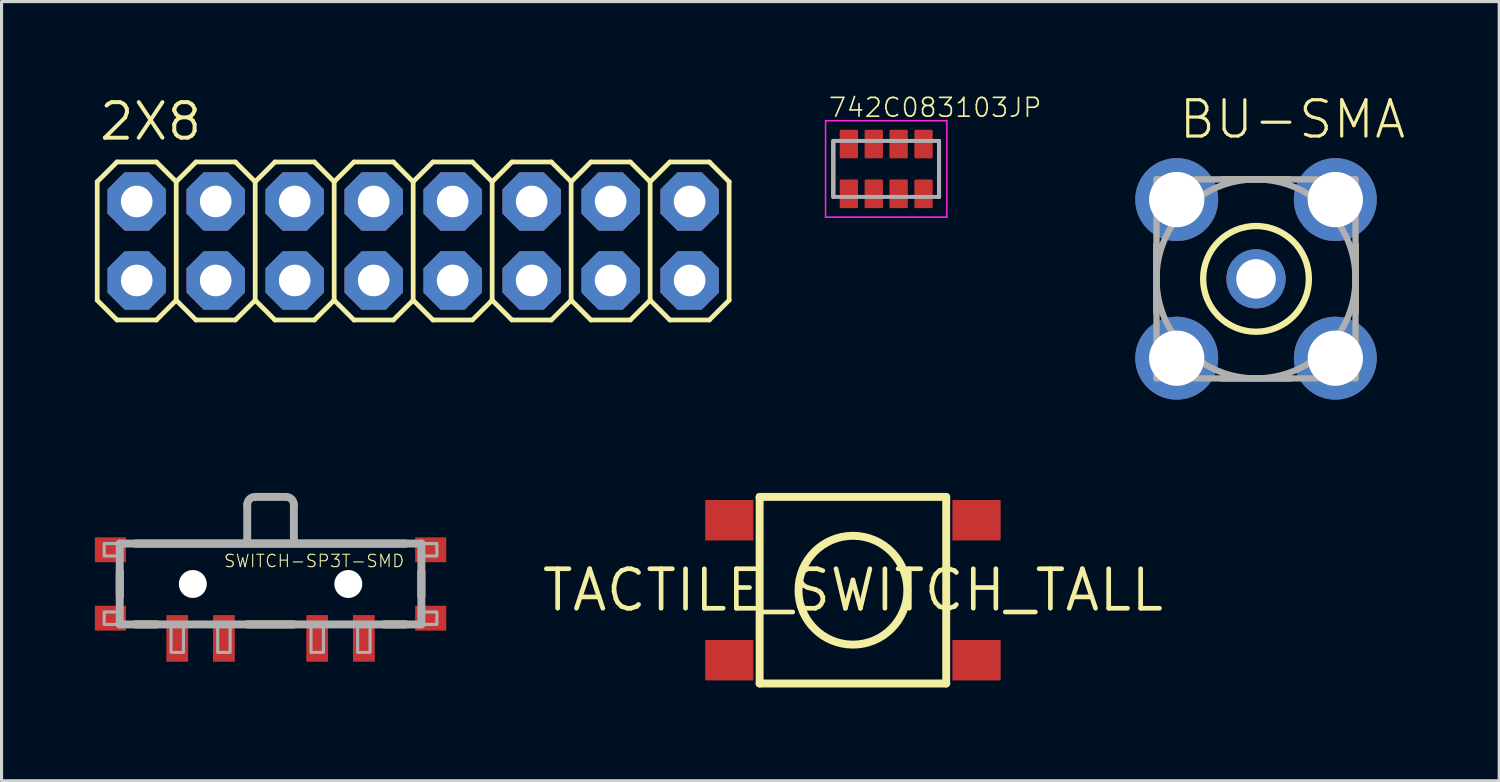
<source format=kicad_pcb>
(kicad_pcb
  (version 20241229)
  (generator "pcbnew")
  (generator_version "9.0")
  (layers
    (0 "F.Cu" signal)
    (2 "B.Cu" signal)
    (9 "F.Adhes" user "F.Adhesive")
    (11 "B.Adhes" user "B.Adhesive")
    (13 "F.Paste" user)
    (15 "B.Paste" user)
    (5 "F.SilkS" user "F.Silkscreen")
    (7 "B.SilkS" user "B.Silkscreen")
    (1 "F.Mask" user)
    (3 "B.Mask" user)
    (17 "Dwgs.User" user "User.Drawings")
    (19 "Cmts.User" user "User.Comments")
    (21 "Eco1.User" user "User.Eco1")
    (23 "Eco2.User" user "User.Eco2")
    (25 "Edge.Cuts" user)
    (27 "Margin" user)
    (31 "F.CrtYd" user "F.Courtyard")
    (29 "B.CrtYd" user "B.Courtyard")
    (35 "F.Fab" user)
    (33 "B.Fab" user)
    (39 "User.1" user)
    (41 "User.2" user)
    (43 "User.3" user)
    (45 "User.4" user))
  (footprint "SWITCH-SP3T-SMD"
    (layer "F.Cu")
    (at 5.65 15.729)
    (property "Reference" "SWITCH-SP3T-SMD" (at -1.524 -0.508 0) (unlocked yes) (layer "F.SilkS") (effects (font (size 0.397 0.397) (thickness 0.035)) (justify left bottom)))
    (fp_line (start -4.85 0.4) (end -4.85 -0.4) (stroke (width 0.254) (type solid)) (layer "F.SilkS"))
    (fp_line (start -4.35 -1.3) (end 4.35 -1.3) (stroke (width 0.254) (type solid)) (layer "F.SilkS"))
    (fp_line (start -3.65 1.3) (end -4.35 1.3) (stroke (width 0.254) (type solid)) (layer "F.SilkS"))
    (fp_line (start 0.75 1.3) (end -0.75 1.3) (stroke (width 0.254) (type solid)) (layer "F.SilkS"))
    (fp_line (start 4.35 1.3) (end 3.65 1.3) (stroke (width 0.254) (type solid)) (layer "F.SilkS"))
    (fp_line (start 4.85 -0.4) (end 4.85 0.4) (stroke (width 0.254) (type solid)) (layer "F.SilkS"))
    (fp_line (start -4.85 -1.3) (end 4.85 -1.3) (stroke (width 0.254) (type solid)) (layer "F.Fab"))
    (fp_line (start -4.85 1.3) (end -4.85 -1.3) (stroke (width 0.254) (type solid)) (layer "F.Fab"))
    (fp_line (start -0.75 -2.55) (end -0.75 -1.3) (stroke (width 0.254) (type solid)) (layer "F.Fab"))
    (fp_line (start 0.5 -2.8) (end -0.5 -2.8) (stroke (width 0.254) (type solid)) (layer "F.Fab"))
    (fp_line (start 0.75 -1.3) (end 0.75 -2.55) (stroke (width 0.254) (type solid)) (layer "F.Fab"))
    (fp_line (start 4.85 -1.3) (end 4.85 1.3) (stroke (width 0.254) (type solid)) (layer "F.Fab"))
    (fp_line (start 4.85 1.3) (end -4.85 1.3) (stroke (width 0.254) (type solid)) (layer "F.Fab"))
    (fp_arc (start -0.75 -2.55) (mid -0.676777 -2.726777) (end -0.5 -2.8) (stroke (width 0.254) (type solid)) (layer "F.Fab"))
    (fp_arc (start 0.5 -2.8) (mid 0.676777 -2.726777) (end 0.75 -2.55) (stroke (width 0.254) (type solid)) (layer "F.Fab"))
    (fp_poly (pts (xy -4.85 -1.3) (xy -5.35 -1.3) (xy -5.35 -0.9) (xy -4.85 -0.9)) (stroke (width 0.1) (type default)) (fill no) (layer "F.Fab"))
    (fp_poly (pts (xy -4.85 0.9) (xy -5.35 0.9) (xy -5.35 1.3) (xy -4.85 1.3)) (stroke (width 0.1) (type default)) (fill no) (layer "F.Fab"))
    (fp_poly (pts (xy -3.2 2.2) (xy -2.8 2.2) (xy -2.8 1.3) (xy -3.2 1.3)) (stroke (width 0.1) (type default)) (fill no) (layer "F.Fab"))
    (fp_poly (pts (xy -1.7 2.2) (xy -1.3 2.2) (xy -1.3 1.3) (xy -1.7 1.3)) (stroke (width 0.1) (type default)) (fill no) (layer "F.Fab"))
    (fp_poly (pts (xy 1.3 2.2) (xy 1.7 2.2) (xy 1.7 1.3) (xy 1.3 1.3)) (stroke (width 0.1) (type default)) (fill no) (layer "F.Fab"))
    (fp_poly (pts (xy 2.8 2.2) (xy 3.2 2.2) (xy 3.2 1.3) (xy 2.8 1.3)) (stroke (width 0.1) (type default)) (fill no) (layer "F.Fab"))
    (fp_poly (pts (xy 4.85 -0.9) (xy 5.35 -0.9) (xy 5.35 -1.3) (xy 4.85 -1.3)) (stroke (width 0.1) (type default)) (fill no) (layer "F.Fab"))
    (fp_poly (pts (xy 4.85 1.3) (xy 5.35 1.3) (xy 5.35 0.9) (xy 4.85 0.9)) (stroke (width 0.1) (type default)) (fill no) (layer "F.Fab"))
    (pad "" np_thru_hole circle (at -2.5 0) (size 0.9 0.9) (drill 0.9) (layers "*.Cu" "*.Mask"))
    (pad "" np_thru_hole circle (at 2.5 0) (size 0.9 0.9) (drill 0.9) (layers "*.Cu" "*.Mask"))
    (pad "1" smd rect (at 3 1.75 180) (size 0.7 1.5) (layers "F.Cu" "F.Mask" "F.Paste"))
    (pad "2" smd rect (at 1.5 1.75 180) (size 0.7 1.5) (layers "F.Cu" "F.Mask" "F.Paste"))
    (pad "3" smd rect (at -1.5 1.75 180) (size 0.7 1.5) (layers "F.Cu" "F.Mask" "F.Paste"))
    (pad "4" smd rect (at -3 1.75 180) (size 0.7 1.5) (layers "F.Cu" "F.Mask" "F.Paste"))
    (pad "P$1" smd rect (at -5.15 1.1 180) (size 1 0.8) (layers "F.Cu" "F.Mask" "F.Paste"))
    (pad "P$2" smd rect (at -5.15 -1.1 180) (size 1 0.8) (layers "F.Cu" "F.Mask" "F.Paste"))
    (pad "P$3" smd rect (at 5.15 -1.1 180) (size 1 0.8) (layers "F.Cu" "F.Mask" "F.Paste"))
    (pad "P$4" smd rect (at 5.15 1.1 180) (size 1 0.8) (layers "F.Cu" "F.Mask" "F.Paste")))
  (footprint "2X8"
    (layer "F.Cu")
    (at 1.346 5.969)
    (property "Reference" "2X8" (at -1.27 -4.445 0) (unlocked yes) (layer "F.SilkS") (effects (font (size 1.143 1.143) (thickness 0.127)) (justify left bottom)))
    (fp_line (start -1.27 -3.175) (end -0.635 -3.81) (stroke (width 0.152) (type solid)) (layer "F.SilkS"))
    (fp_line (start -1.27 0.635) (end -1.27 -3.175) (stroke (width 0.152) (type solid)) (layer "F.SilkS"))
    (fp_line (start -1.27 0.635) (end -0.635 1.27) (stroke (width 0.152) (type solid)) (layer "F.SilkS"))
    (fp_line (start -0.635 -3.81) (end 0.635 -3.81) (stroke (width 0.152) (type solid)) (layer "F.SilkS"))
    (fp_line (start -0.635 1.27) (end 0.635 1.27) (stroke (width 0.152) (type solid)) (layer "F.SilkS"))
    (fp_line (start 0.635 -3.81) (end 1.27 -3.175) (stroke (width 0.152) (type solid)) (layer "F.SilkS"))
    (fp_line (start 0.635 1.27) (end 1.27 0.635) (stroke (width 0.152) (type solid)) (layer "F.SilkS"))
    (fp_line (start 1.27 -3.175) (end 1.27 0.635) (stroke (width 0.152) (type solid)) (layer "F.SilkS"))
    (fp_line (start 1.27 -3.175) (end 1.905 -3.81) (stroke (width 0.152) (type solid)) (layer "F.SilkS"))
    (fp_line (start 1.27 0.635) (end 1.905 1.27) (stroke (width 0.152) (type solid)) (layer "F.SilkS"))
    (fp_line (start 1.905 -3.81) (end 3.175 -3.81) (stroke (width 0.152) (type solid)) (layer "F.SilkS"))
    (fp_line (start 1.905 1.27) (end 3.175 1.27) (stroke (width 0.152) (type solid)) (layer "F.SilkS"))
    (fp_line (start 3.175 -3.81) (end 3.81 -3.175) (stroke (width 0.152) (type solid)) (layer "F.SilkS"))
    (fp_line (start 3.175 1.27) (end 3.81 0.635) (stroke (width 0.152) (type solid)) (layer "F.SilkS"))
    (fp_line (start 3.81 -3.175) (end 3.81 0.635) (stroke (width 0.152) (type solid)) (layer "F.SilkS"))
    (fp_line (start 3.81 -3.175) (end 4.445 -3.81) (stroke (width 0.152) (type solid)) (layer "F.SilkS"))
    (fp_line (start 3.81 0.635) (end 4.445 1.27) (stroke (width 0.152) (type solid)) (layer "F.SilkS"))
    (fp_line (start 4.445 -3.81) (end 5.715 -3.81) (stroke (width 0.152) (type solid)) (layer "F.SilkS"))
    (fp_line (start 4.445 1.27) (end 5.715 1.27) (stroke (width 0.152) (type solid)) (layer "F.SilkS"))
    (fp_line (start 5.715 -3.81) (end 6.35 -3.175) (stroke (width 0.152) (type solid)) (layer "F.SilkS"))
    (fp_line (start 5.715 1.27) (end 6.35 0.635) (stroke (width 0.152) (type solid)) (layer "F.SilkS"))
    (fp_line (start 6.35 -3.175) (end 6.35 0.635) (stroke (width 0.152) (type solid)) (layer "F.SilkS"))
    (fp_line (start 6.35 -3.175) (end 6.985 -3.81) (stroke (width 0.152) (type solid)) (layer "F.SilkS"))
    (fp_line (start 6.35 0.635) (end 6.985 1.27) (stroke (width 0.152) (type solid)) (layer "F.SilkS"))
    (fp_line (start 6.985 -3.81) (end 8.255 -3.81) (stroke (width 0.152) (type solid)) (layer "F.SilkS"))
    (fp_line (start 6.985 1.27) (end 8.255 1.27) (stroke (width 0.152) (type solid)) (layer "F.SilkS"))
    (fp_line (start 8.255 -3.81) (end 8.89 -3.175) (stroke (width 0.152) (type solid)) (layer "F.SilkS"))
    (fp_line (start 8.255 1.27) (end 8.89 0.635) (stroke (width 0.152) (type solid)) (layer "F.SilkS"))
    (fp_line (start 8.89 -3.175) (end 8.89 0.635) (stroke (width 0.152) (type solid)) (layer "F.SilkS"))
    (fp_line (start 8.89 -3.175) (end 9.525 -3.81) (stroke (width 0.152) (type solid)) (layer "F.SilkS"))
    (fp_line (start 8.89 0.635) (end 9.525 1.27) (stroke (width 0.152) (type solid)) (layer "F.SilkS"))
    (fp_line (start 9.525 -3.81) (end 10.795 -3.81) (stroke (width 0.152) (type solid)) (layer "F.SilkS"))
    (fp_line (start 9.525 1.27) (end 10.795 1.27) (stroke (width 0.152) (type solid)) (layer "F.SilkS"))
    (fp_line (start 10.795 -3.81) (end 11.43 -3.175) (stroke (width 0.152) (type solid)) (layer "F.SilkS"))
    (fp_line (start 10.795 1.27) (end 11.43 0.635) (stroke (width 0.152) (type solid)) (layer "F.SilkS"))
    (fp_line (start 11.43 -3.175) (end 11.43 0.635) (stroke (width 0.152) (type solid)) (layer "F.SilkS"))
    (fp_line (start 11.43 -3.175) (end 12.065 -3.81) (stroke (width 0.152) (type solid)) (layer "F.SilkS"))
    (fp_line (start 11.43 0.635) (end 12.065 1.27) (stroke (width 0.152) (type solid)) (layer "F.SilkS"))
    (fp_line (start 12.065 -3.81) (end 13.335 -3.81) (stroke (width 0.152) (type solid)) (layer "F.SilkS"))
    (fp_line (start 12.065 1.27) (end 13.335 1.27) (stroke (width 0.152) (type solid)) (layer "F.SilkS"))
    (fp_line (start 13.335 -3.81) (end 13.97 -3.175) (stroke (width 0.152) (type solid)) (layer "F.SilkS"))
    (fp_line (start 13.335 1.27) (end 13.97 0.635) (stroke (width 0.152) (type solid)) (layer "F.SilkS"))
    (fp_line (start 13.97 -3.175) (end 13.97 0.635) (stroke (width 0.152) (type solid)) (layer "F.SilkS"))
    (fp_line (start 13.97 -3.175) (end 14.605 -3.81) (stroke (width 0.152) (type solid)) (layer "F.SilkS"))
    (fp_line (start 13.97 0.635) (end 14.605 1.27) (stroke (width 0.152) (type solid)) (layer "F.SilkS"))
    (fp_line (start 14.605 -3.81) (end 15.875 -3.81) (stroke (width 0.152) (type solid)) (layer "F.SilkS"))
    (fp_line (start 14.605 1.27) (end 15.875 1.27) (stroke (width 0.152) (type solid)) (layer "F.SilkS"))
    (fp_line (start 15.875 -3.81) (end 16.51 -3.175) (stroke (width 0.152) (type solid)) (layer "F.SilkS"))
    (fp_line (start 16.51 -3.175) (end 16.51 0.635) (stroke (width 0.152) (type solid)) (layer "F.SilkS"))
    (fp_line (start 16.51 -3.175) (end 17.145 -3.81) (stroke (width 0.152) (type solid)) (layer "F.SilkS"))
    (fp_line (start 16.51 0.635) (end 15.875 1.27) (stroke (width 0.152) (type solid)) (layer "F.SilkS"))
    (fp_line (start 16.51 0.635) (end 17.145 1.27) (stroke (width 0.152) (type solid)) (layer "F.SilkS"))
    (fp_line (start 17.145 -3.81) (end 18.415 -3.81) (stroke (width 0.152) (type solid)) (layer "F.SilkS"))
    (fp_line (start 17.145 1.27) (end 18.415 1.27) (stroke (width 0.152) (type solid)) (layer "F.SilkS"))
    (fp_line (start 18.415 -3.81) (end 19.05 -3.175) (stroke (width 0.152) (type solid)) (layer "F.SilkS"))
    (fp_line (start 19.05 -3.175) (end 19.05 0.635) (stroke (width 0.152) (type solid)) (layer "F.SilkS"))
    (fp_line (start 19.05 0.635) (end 18.415 1.27) (stroke (width 0.152) (type solid)) (layer "F.SilkS"))
    (fp_poly (pts (xy -0.254 -2.286) (xy 0.254 -2.286) (xy 0.254 -2.794) (xy -0.254 -2.794)) (stroke (width 0.1) (type default)) (fill no) (layer "F.Fab"))
    (fp_poly (pts (xy -0.254 0.254) (xy 0.254 0.254) (xy 0.254 -0.254) (xy -0.254 -0.254)) (stroke (width 0.1) (type default)) (fill no) (layer "F.Fab"))
    (fp_poly (pts (xy 2.286 -2.286) (xy 2.794 -2.286) (xy 2.794 -2.794) (xy 2.286 -2.794)) (stroke (width 0.1) (type default)) (fill no) (layer "F.Fab"))
    (fp_poly (pts (xy 2.286 0.254) (xy 2.794 0.254) (xy 2.794 -0.254) (xy 2.286 -0.254)) (stroke (width 0.1) (type default)) (fill no) (layer "F.Fab"))
    (fp_poly (pts (xy 4.826 -2.286) (xy 5.334 -2.286) (xy 5.334 -2.794) (xy 4.826 -2.794)) (stroke (width 0.1) (type default)) (fill no) (layer "F.Fab"))
    (fp_poly (pts (xy 4.826 0.254) (xy 5.334 0.254) (xy 5.334 -0.254) (xy 4.826 -0.254)) (stroke (width 0.1) (type default)) (fill no) (layer "F.Fab"))
    (fp_poly (pts (xy 7.366 -2.286) (xy 7.874 -2.286) (xy 7.874 -2.794) (xy 7.366 -2.794)) (stroke (width 0.1) (type default)) (fill no) (layer "F.Fab"))
    (fp_poly (pts (xy 7.366 0.254) (xy 7.874 0.254) (xy 7.874 -0.254) (xy 7.366 -0.254)) (stroke (width 0.1) (type default)) (fill no) (layer "F.Fab"))
    (fp_poly (pts (xy 9.906 -2.286) (xy 10.414 -2.286) (xy 10.414 -2.794) (xy 9.906 -2.794)) (stroke (width 0.1) (type default)) (fill no) (layer "F.Fab"))
    (fp_poly (pts (xy 9.906 0.254) (xy 10.414 0.254) (xy 10.414 -0.254) (xy 9.906 -0.254)) (stroke (width 0.1) (type default)) (fill no) (layer "F.Fab"))
    (fp_poly (pts (xy 12.446 -2.286) (xy 12.954 -2.286) (xy 12.954 -2.794) (xy 12.446 -2.794)) (stroke (width 0.1) (type default)) (fill no) (layer "F.Fab"))
    (fp_poly (pts (xy 12.446 0.254) (xy 12.954 0.254) (xy 12.954 -0.254) (xy 12.446 -0.254)) (stroke (width 0.1) (type default)) (fill no) (layer "F.Fab"))
    (fp_poly (pts (xy 14.986 -2.286) (xy 15.494 -2.286) (xy 15.494 -2.794) (xy 14.986 -2.794)) (stroke (width 0.1) (type default)) (fill no) (layer "F.Fab"))
    (fp_poly (pts (xy 14.986 0.254) (xy 15.494 0.254) (xy 15.494 -0.254) (xy 14.986 -0.254)) (stroke (width 0.1) (type default)) (fill no) (layer "F.Fab"))
    (fp_poly (pts (xy 17.526 -2.286) (xy 18.034 -2.286) (xy 18.034 -2.794) (xy 17.526 -2.794)) (stroke (width 0.1) (type default)) (fill no) (layer "F.Fab"))
    (fp_poly (pts (xy 17.526 0.254) (xy 18.034 0.254) (xy 18.034 -0.254) (xy 17.526 -0.254)) (stroke (width 0.1) (type default)) (fill no) (layer "F.Fab"))
    (pad "1" thru_hole roundrect (at 0 0) (size 1.88 1.88) (drill 1.016) (layers "*.Cu" "*.Mask") (roundrect_rratio 0.25) (chamfer_ratio 0.293) (chamfer top_left top_right bottom_left bottom_right))
    (pad "2" thru_hole roundrect (at 0 -2.54) (size 1.88 1.88) (drill 1.016) (layers "*.Cu" "*.Mask") (roundrect_rratio 0.25) (chamfer_ratio 0.293) (chamfer top_left top_right bottom_left bottom_right))
    (pad "3" thru_hole roundrect (at 2.54 0) (size 1.88 1.88) (drill 1.016) (layers "*.Cu" "*.Mask") (roundrect_rratio 0.25) (chamfer_ratio 0.293) (chamfer top_left top_right bottom_left bottom_right))
    (pad "4" thru_hole roundrect (at 2.54 -2.54) (size 1.88 1.88) (drill 1.016) (layers "*.Cu" "*.Mask") (roundrect_rratio 0.25) (chamfer_ratio 0.293) (chamfer top_left top_right bottom_left bottom_right))
    (pad "5" thru_hole roundrect (at 5.08 0) (size 1.88 1.88) (drill 1.016) (layers "*.Cu" "*.Mask") (roundrect_rratio 0.25) (chamfer_ratio 0.293) (chamfer top_left top_right bottom_left bottom_right))
    (pad "6" thru_hole roundrect (at 5.08 -2.54) (size 1.88 1.88) (drill 1.016) (layers "*.Cu" "*.Mask") (roundrect_rratio 0.25) (chamfer_ratio 0.293) (chamfer top_left top_right bottom_left bottom_right))
    (pad "7" thru_hole roundrect (at 7.62 0) (size 1.88 1.88) (drill 1.016) (layers "*.Cu" "*.Mask") (roundrect_rratio 0.25) (chamfer_ratio 0.293) (chamfer top_left top_right bottom_left bottom_right))
    (pad "8" thru_hole roundrect (at 7.62 -2.54) (size 1.88 1.88) (drill 1.016) (layers "*.Cu" "*.Mask") (roundrect_rratio 0.25) (chamfer_ratio 0.293) (chamfer top_left top_right bottom_left bottom_right))
    (pad "9" thru_hole roundrect (at 10.16 0) (size 1.88 1.88) (drill 1.016) (layers "*.Cu" "*.Mask") (roundrect_rratio 0.25) (chamfer_ratio 0.293) (chamfer top_left top_right bottom_left bottom_right))
    (pad "10" thru_hole roundrect (at 10.16 -2.54) (size 1.88 1.88) (drill 1.016) (layers "*.Cu" "*.Mask") (roundrect_rratio 0.25) (chamfer_ratio 0.293) (chamfer top_left top_right bottom_left bottom_right))
    (pad "11" thru_hole roundrect (at 12.7 0) (size 1.88 1.88) (drill 1.016) (layers "*.Cu" "*.Mask") (roundrect_rratio 0.25) (chamfer_ratio 0.293) (chamfer top_left top_right bottom_left bottom_right))
    (pad "12" thru_hole roundrect (at 12.7 -2.54) (size 1.88 1.88) (drill 1.016) (layers "*.Cu" "*.Mask") (roundrect_rratio 0.25) (chamfer_ratio 0.293) (chamfer top_left top_right bottom_left bottom_right))
    (pad "13" thru_hole roundrect (at 15.24 0) (size 1.88 1.88) (drill 1.016) (layers "*.Cu" "*.Mask") (roundrect_rratio 0.25) (chamfer_ratio 0.293) (chamfer top_left top_right bottom_left bottom_right))
    (pad "14" thru_hole roundrect (at 15.24 -2.54) (size 1.88 1.88) (drill 1.016) (layers "*.Cu" "*.Mask") (roundrect_rratio 0.25) (chamfer_ratio 0.293) (chamfer top_left top_right bottom_left bottom_right))
    (pad "15" thru_hole roundrect (at 17.78 0) (size 1.88 1.88) (drill 1.016) (layers "*.Cu" "*.Mask") (roundrect_rratio 0.25) (chamfer_ratio 0.293) (chamfer top_left top_right bottom_left bottom_right))
    (pad "16" thru_hole roundrect (at 17.78 -2.54) (size 1.88 1.88) (drill 1.016) (layers "*.Cu" "*.Mask") (roundrect_rratio 0.25) (chamfer_ratio 0.293) (chamfer top_left top_right bottom_left bottom_right)))
  (footprint "742C083103JP"
    (layer "F.Cu")
    (at 25.447 2.382)
    (property "Reference" "742C083103JP" (at -1.889 -1.619 0) (unlocked yes) (layer "F.SilkS") (effects (font (size 0.605 0.605) (thickness 0.053)) (justify left bottom)))
    (fp_line (start -1.7 -0.9) (end -1.7 0.9) (stroke (width 0.127) (type solid)) (layer "F.SilkS"))
    (fp_line (start 1.7 -0.9) (end 1.7 0.9) (stroke (width 0.127) (type solid)) (layer "F.SilkS"))
    (fp_line (start -1.95 -1.55) (end 1.95 -1.55) (stroke (width 0.05) (type solid)) (layer "F.CrtYd"))
    (fp_line (start -1.95 1.55) (end -1.95 -1.55) (stroke (width 0.05) (type solid)) (layer "F.CrtYd"))
    (fp_line (start 1.95 -1.55) (end 1.95 1.55) (stroke (width 0.05) (type solid)) (layer "F.CrtYd"))
    (fp_line (start 1.95 1.55) (end -1.95 1.55) (stroke (width 0.05) (type solid)) (layer "F.CrtYd"))
    (fp_line (start -1.7 -0.9) (end -1.7 0.9) (stroke (width 0.127) (type solid)) (layer "F.Fab"))
    (fp_line (start -1.7 -0.9) (end 1.7 -0.9) (stroke (width 0.127) (type solid)) (layer "F.Fab"))
    (fp_line (start 1.7 -0.9) (end 1.7 0.9) (stroke (width 0.127) (type solid)) (layer "F.Fab"))
    (fp_line (start 1.7 0.9) (end -1.7 0.9) (stroke (width 0.127) (type solid)) (layer "F.Fab"))
    (pad "1" smd roundrect (at -1.2 0.8 90) (size 0.92 0.59) (layers "F.Cu" "F.Mask" "F.Paste") (roundrect_rratio 0.075))
    (pad "2" smd roundrect (at -0.4 0.8 90) (size 0.92 0.59) (layers "F.Cu" "F.Mask" "F.Paste") (roundrect_rratio 0.065))
    (pad "3" smd roundrect (at 0.4 0.8 90) (size 0.92 0.59) (layers "F.Cu" "F.Mask" "F.Paste") (roundrect_rratio 0.065))
    (pad "4" smd roundrect (at 1.2 0.8 90) (size 0.92 0.59) (layers "F.Cu" "F.Mask" "F.Paste") (roundrect_rratio 0.075))
    (pad "5" smd roundrect (at 1.2 -0.8 90) (size 0.92 0.59) (layers "F.Cu" "F.Mask" "F.Paste") (roundrect_rratio 0.075))
    (pad "6" smd roundrect (at 0.4 -0.8 90) (size 0.92 0.59) (layers "F.Cu" "F.Mask" "F.Paste") (roundrect_rratio 0.065))
    (pad "7" smd roundrect (at -0.4 -0.8 90) (size 0.92 0.59) (layers "F.Cu" "F.Mask" "F.Paste") (roundrect_rratio 0.065))
    (pad "8" smd roundrect (at -1.2 -0.8 90) (size 0.92 0.59) (layers "F.Cu" "F.Mask" "F.Paste") (roundrect_rratio 0.075)))
  (footprint "TACTILE_SWITCH_TALL"
    (layer "F.Cu")
    (at 24.377 15.929)
    (property "Reference" "TACTILE_SWITCH_TALL" (at 0 0 0) (layer "F.SilkS") (effects (font (size 1.27 1.27) (thickness 0.15))))
    (fp_line (start -3 -3) (end -3 3) (stroke (width 0.254) (type solid)) (layer "F.SilkS"))
    (fp_line (start -3 3) (end 3 3) (stroke (width 0.254) (type solid)) (layer "F.SilkS"))
    (fp_line (start 3 -3) (end -3 -3) (stroke (width 0.254) (type solid)) (layer "F.SilkS"))
    (fp_line (start 3 3) (end 3 -3) (stroke (width 0.254) (type solid)) (layer "F.SilkS"))
    (fp_circle (center 0 0) (end 1.75 0) (stroke (width 0.254) (type solid)) (fill no) (layer "F.SilkS"))
    (pad "A1" smd rect (at -3.975 2.25 90) (size 1.3 1.55) (layers "F.Cu" "F.Mask" "F.Paste"))
    (pad "A2" smd rect (at 3.975 2.25 90) (size 1.3 1.55) (layers "F.Cu" "F.Mask" "F.Paste"))
    (pad "B1" smd rect (at -3.975 -2.25 90) (size 1.3 1.55) (layers "F.Cu" "F.Mask" "F.Paste"))
    (pad "B2" smd rect (at 3.975 -2.25 90) (size 1.3 1.55) (layers "F.Cu" "F.Mask" "F.Paste")))
  (footprint "BU-SMA"
    (layer "F.Cu")
    (at 37.339 5.918)
    (property "Reference" "BU-SMA" (at -2.54 -4.445 0) (unlocked yes) (layer "F.SilkS") (effects (font (size 1.168 1.168) (thickness 0.102)) (justify left bottom)))
    (fp_line (start -3.2 1.1) (end -3.2 -1.1) (stroke (width 0.203) (type solid)) (layer "F.SilkS"))
    (fp_line (start -1.1 -3.2) (end 1.1 -3.2) (stroke (width 0.203) (type solid)) (layer "F.SilkS"))
    (fp_line (start 1.1 3.2) (end -1.1 3.2) (stroke (width 0.203) (type solid)) (layer "F.SilkS"))
    (fp_line (start 3.2 -1.1) (end 3.2 1.1) (stroke (width 0.203) (type solid)) (layer "F.SilkS"))
    (fp_circle (center 0 0) (end 1.7 0) (stroke (width 0.203) (type solid)) (fill no) (layer "F.SilkS"))
    (fp_line (start -3.2 3.2) (end -3.2 -3.2) (stroke (width 0.203) (type solid)) (layer "F.Fab"))
    (fp_line (start -3.2 -3.2) (end 3.2 -3.2) (stroke (width 0.203) (type solid)) (layer "F.Fab"))
    (fp_line (start 3.2 3.2) (end -3.2 3.2) (stroke (width 0.203) (type solid)) (layer "F.Fab"))
    (fp_line (start 3.2 -3.2) (end 3.2 3.2) (stroke (width 0.203) (type solid)) (layer "F.Fab"))
    (fp_circle (center 0 0) (end 3.2 0) (stroke (width 0.203) (type solid)) (fill no) (layer "F.Fab"))
    (pad "1" thru_hole circle (at 0 0) (size 1.905 1.905) (drill 1.27) (layers "*.Cu" "*.Mask"))
    (pad "2" thru_hole circle (at -2.55 -2.55) (size 2.667 2.667) (drill 1.778) (layers "*.Cu" "*.Mask"))
    (pad "3" thru_hole circle (at 2.55 -2.55) (size 2.667 2.667) (drill 1.778) (layers "*.Cu" "*.Mask"))
    (pad "4" thru_hole circle (at 2.55 2.55) (size 2.667 2.667) (drill 1.778) (layers "*.Cu" "*.Mask"))
    (pad "5" thru_hole circle (at -2.55 2.55) (size 2.667 2.667) (drill 1.778) (layers "*.Cu" "*.Mask")))
  (gr_rect
    (start -3 -3)
    (end 45.159 22.056)
    (stroke (width 0.1) (type default))
    (fill no)
    (layer "Edge.Cuts")))
</source>
